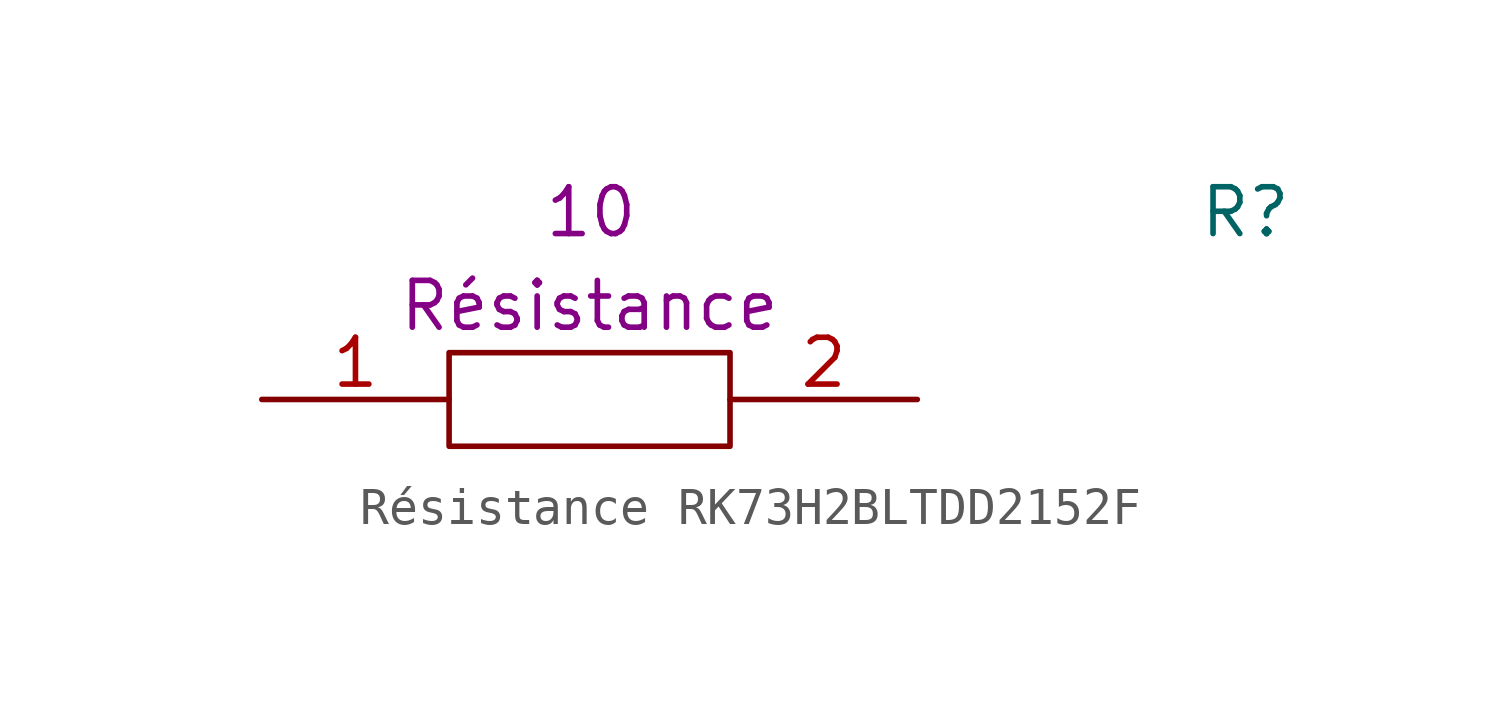
<source format=kicad_sym>
(kicad_symbol_lib
  (version 20211014)
  (generator kicad_symbol_editor)
  (symbol "Résistance RK73H2BLTDD2152F"
    (pin_names
      (offset 0.762))
    (property "Reference" "R"
      (at 25.4 5.08 0)
      (effects (font (size 1.27 1.27)) (justify left)))
    (property "Spice_Model" "10"
      (at 7.62 5.08 0)
      (effects (font (size 1.27 1.27)) (justify left)))
    (property "Render Name" "Résistance"
      (at 8.89 2.54 0)
      (effects (font (size 1.27 1.27))))
    (symbol "Résistance RK73H2BLTDD2152F_0_0"
      (pin passive line (at 0 0 0) (length 5.08) (name "~" (effects (font (size 1.27 1.27)))) (number "1" (effects (font (size 1.27 1.27)))))
      (pin passive line (at 17.78 0 180) (length 5.08) (name "~" (effects (font (size 1.27 1.27)))) (number "2" (effects (font (size 1.27 1.27))))))
    (symbol "Résistance RK73H2BLTDD2152F_0_1"
      (polyline (pts (xy 5.08 1.27) (xy 12.7 1.27) (xy 12.7 -1.27) (xy 5.08 -1.27) (xy 5.08 1.27)) (stroke (width 0.152) (type default) (color 0 0 0 0)) (fill (type none))))))
</source>
